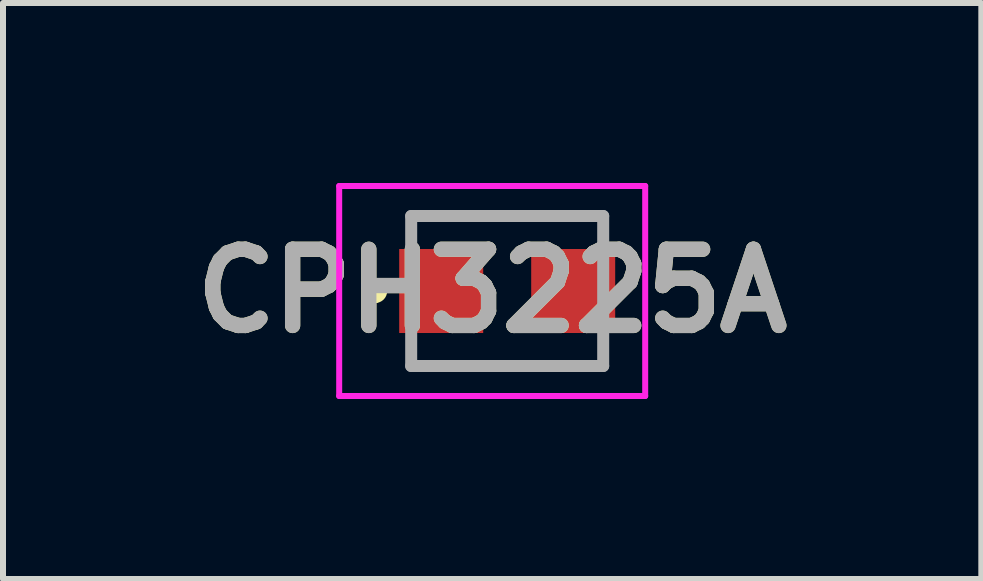
<source format=kicad_pcb>
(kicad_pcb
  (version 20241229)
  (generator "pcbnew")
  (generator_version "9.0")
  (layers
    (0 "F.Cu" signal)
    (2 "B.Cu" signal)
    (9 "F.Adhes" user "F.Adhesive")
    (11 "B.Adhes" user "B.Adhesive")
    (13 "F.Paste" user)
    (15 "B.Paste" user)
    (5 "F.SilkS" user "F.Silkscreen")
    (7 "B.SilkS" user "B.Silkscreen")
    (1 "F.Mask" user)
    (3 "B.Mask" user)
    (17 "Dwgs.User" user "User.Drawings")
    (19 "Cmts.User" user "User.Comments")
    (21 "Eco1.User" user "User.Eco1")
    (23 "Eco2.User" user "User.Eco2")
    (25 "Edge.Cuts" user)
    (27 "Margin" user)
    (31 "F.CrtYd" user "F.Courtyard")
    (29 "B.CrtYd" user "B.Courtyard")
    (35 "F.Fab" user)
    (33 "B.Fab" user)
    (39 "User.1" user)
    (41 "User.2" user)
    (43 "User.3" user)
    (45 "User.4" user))
  (footprint "CPH3225A"
    (layer "F.Cu")
    (at 5.103 2.1)
    (property "Reference" "CPH3225A" (at 0.05 -0.3 0) (layer "F.SilkS") (effects (font (size 1.27 1.27) (thickness 0.254))))
    (attr smd)
    (fp_line (start -1.9 -0.4) (end -1.9 -0.4) (stroke (width 0.2) (type solid)) (layer "F.SilkS"))
    (fp_line (start -1.9 -0.2) (end -1.9 -0.2) (stroke (width 0.2) (type solid)) (layer "F.SilkS"))
    (fp_line (start -1.3 -1.55) (end 1.9 -1.55) (stroke (width 0.1) (type solid)) (layer "F.SilkS"))
    (fp_line (start -1.3 0.95) (end 1.9 0.95) (stroke (width 0.1) (type solid)) (layer "F.SilkS"))
    (fp_arc (start -1.9 -0.4) (mid -1.8 -0.3) (end -1.9 -0.2) (stroke (width 0.2) (type solid)) (layer "F.SilkS"))
    (fp_arc (start -1.9 -0.2) (mid -2 -0.3) (end -1.9 -0.4) (stroke (width 0.2) (type solid)) (layer "F.SilkS"))
    (fp_line (start -2.5 -2.05) (end 2.6 -2.05) (stroke (width 0.1) (type solid)) (layer "F.CrtYd"))
    (fp_line (start -2.5 1.45) (end -2.5 -2.05) (stroke (width 0.1) (type solid)) (layer "F.CrtYd"))
    (fp_line (start 2.6 -2.05) (end 2.6 1.45) (stroke (width 0.1) (type solid)) (layer "F.CrtYd"))
    (fp_line (start 2.6 1.45) (end -2.5 1.45) (stroke (width 0.1) (type solid)) (layer "F.CrtYd"))
    (fp_line (start -1.3 -1.55) (end 1.9 -1.55) (stroke (width 0.2) (type solid)) (layer "F.Fab"))
    (fp_line (start -1.3 0.95) (end -1.3 -1.55) (stroke (width 0.2) (type solid)) (layer "F.Fab"))
    (fp_line (start 1.9 -1.55) (end 1.9 0.95) (stroke (width 0.2) (type solid)) (layer "F.Fab"))
    (fp_line (start 1.9 0.95) (end -1.3 0.95) (stroke (width 0.2) (type solid)) (layer "F.Fab"))
    (fp_text user "${REFERENCE}" (at 0.05 -0.3 0) (layer "F.Fab") (effects (font (size 1.27 1.27) (thickness 0.254))))
    (pad "1" smd rect (at -0.8 -0.3) (size 1.4 1.4) (layers "F.Cu" "F.Mask" "F.Paste"))
    (pad "2" smd rect (at 1.4 -0.3) (size 1.4 1.4) (layers "F.Cu" "F.Mask" "F.Paste")))
  (gr_rect
    (start -3 -3)
    (end 13.305 6.6)
    (stroke (width 0.1) (type default))
    (fill no)
    (layer "Edge.Cuts")))
</source>
